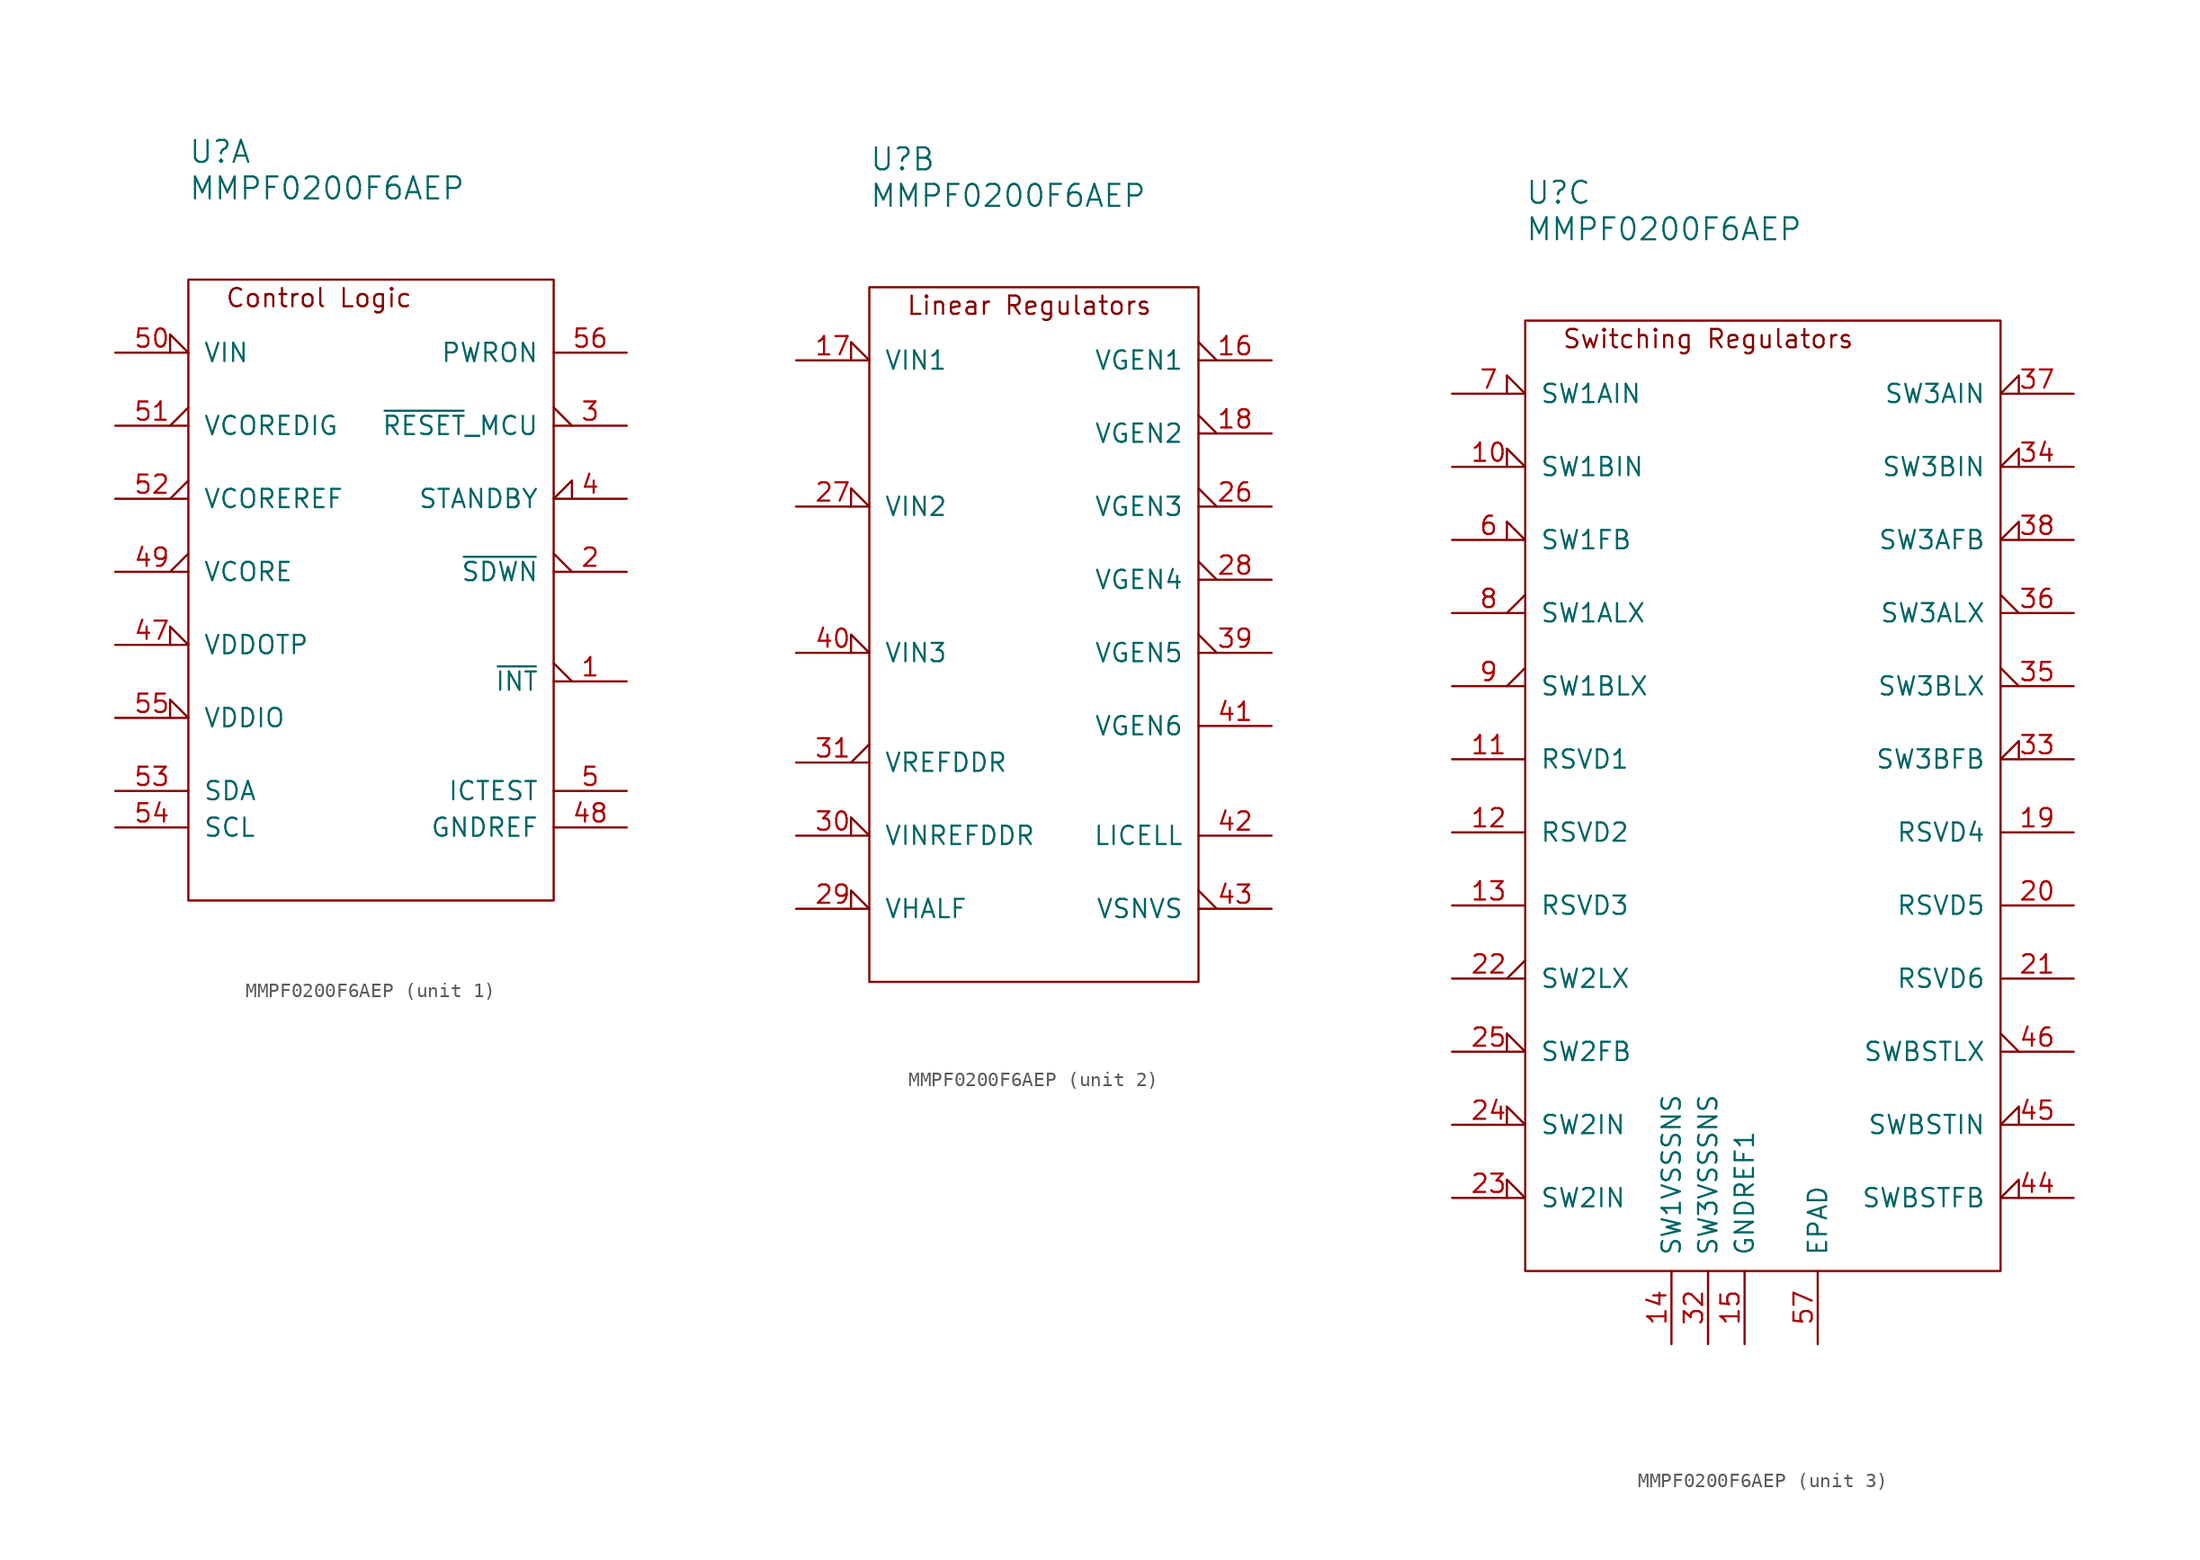
<source format=kicad_sym>
(kicad_symbol_lib
  (version 20211014)
  (generator kicad_symbol_editor)
  (symbol "MMPF0200F6AEP"
    (pin_names
      (offset 1.016))
    (property "Reference" "U"
      (at 0 8.89 0)
      (effects (font (size 1.524 1.524)) (justify left)))
    (property "Value" "MMPF0200F6AEP"
      (at 0 6.35 0)
      (effects (font (size 1.524 1.524)) (justify left)))
    (property "ki_locked" ""
      (at 0 0 0)
      (effects (font (size 1.27 1.27))))
    (symbol "MMPF0200F6AEP_1_0"
      (text "Control Logic" (at 2.54 -1.27 0) (effects (font (size 1.27 1.27)) (justify left))))
    (symbol "MMPF0200F6AEP_1_1"
      (rectangle (start 0 0) (end 25.4 -43.18) (stroke (width 0) (type default) (color 0 0 0 0)) (fill (type none)))
      (pin passive output_low (at 30.48 -27.94 180) (length 5.08) (name "~{INT}" (effects (font (size 1.27 1.27)))) (number "1" (effects (font (size 1.27 1.27)))))
      (pin passive output_low (at 30.48 -20.32 180) (length 5.08) (name "~{SDWN}" (effects (font (size 1.27 1.27)))) (number "2" (effects (font (size 1.27 1.27)))))
      (pin passive output_low (at 30.48 -10.16 180) (length 5.08) (name "~{RESET}_MCU" (effects (font (size 1.27 1.27)))) (number "3" (effects (font (size 1.27 1.27)))))
      (pin passive input_low (at 30.48 -15.24 180) (length 5.08) (name "STANDBY" (effects (font (size 1.27 1.27)))) (number "4" (effects (font (size 1.27 1.27)))))
      (pin passive input_low (at -5.08 -25.4 0) (length 5.08) (name "VDDOTP" (effects (font (size 1.27 1.27)))) (number "47" (effects (font (size 1.27 1.27)))))
      (pin passive line (at 30.48 -38.1 180) (length 5.08) (name "GNDREF" (effects (font (size 1.27 1.27)))) (number "48" (effects (font (size 1.27 1.27)))))
      (pin passive output_low (at -5.08 -20.32 0) (length 5.08) (name "VCORE" (effects (font (size 1.27 1.27)))) (number "49" (effects (font (size 1.27 1.27)))))
      (pin passive line (at 30.48 -35.56 180) (length 5.08) (name "ICTEST" (effects (font (size 1.27 1.27)))) (number "5" (effects (font (size 1.27 1.27)))))
      (pin passive input_low (at -5.08 -5.08 0) (length 5.08) (name "VIN" (effects (font (size 1.27 1.27)))) (number "50" (effects (font (size 1.27 1.27)))))
      (pin passive output_low (at -5.08 -10.16 0) (length 5.08) (name "VCOREDIG" (effects (font (size 1.27 1.27)))) (number "51" (effects (font (size 1.27 1.27)))))
      (pin passive output_low (at -5.08 -15.24 0) (length 5.08) (name "VCOREREF" (effects (font (size 1.27 1.27)))) (number "52" (effects (font (size 1.27 1.27)))))
      (pin passive line (at -5.08 -35.56 0) (length 5.08) (name "SDA" (effects (font (size 1.27 1.27)))) (number "53" (effects (font (size 1.27 1.27)))))
      (pin passive line (at -5.08 -38.1 0) (length 5.08) (name "SCL" (effects (font (size 1.27 1.27)))) (number "54" (effects (font (size 1.27 1.27)))))
      (pin passive input_low (at -5.08 -30.48 0) (length 5.08) (name "VDDIO" (effects (font (size 1.27 1.27)))) (number "55" (effects (font (size 1.27 1.27)))))
      (pin passive line (at 30.48 -5.08 180) (length 5.08) (name "PWRON" (effects (font (size 1.27 1.27)))) (number "56" (effects (font (size 1.27 1.27))))))
    (symbol "MMPF0200F6AEP_2_0"
      (text "Linear Regulators" (at 2.54 -1.27 0) (effects (font (size 1.27 1.27)) (justify left))))
    (symbol "MMPF0200F6AEP_2_1"
      (rectangle (start 0 0) (end 22.86 -48.26) (stroke (width 0) (type default) (color 0 0 0 0)) (fill (type none)))
      (pin passive output_low (at 27.94 -5.08 180) (length 5.08) (name "VGEN1" (effects (font (size 1.27 1.27)))) (number "16" (effects (font (size 1.27 1.27)))))
      (pin passive input_low (at -5.08 -5.08 0) (length 5.08) (name "VIN1" (effects (font (size 1.27 1.27)))) (number "17" (effects (font (size 1.27 1.27)))))
      (pin passive output_low (at 27.94 -10.16 180) (length 5.08) (name "VGEN2" (effects (font (size 1.27 1.27)))) (number "18" (effects (font (size 1.27 1.27)))))
      (pin passive output_low (at 27.94 -15.24 180) (length 5.08) (name "VGEN3" (effects (font (size 1.27 1.27)))) (number "26" (effects (font (size 1.27 1.27)))))
      (pin passive input_low (at -5.08 -15.24 0) (length 5.08) (name "VIN2" (effects (font (size 1.27 1.27)))) (number "27" (effects (font (size 1.27 1.27)))))
      (pin passive output_low (at 27.94 -20.32 180) (length 5.08) (name "VGEN4" (effects (font (size 1.27 1.27)))) (number "28" (effects (font (size 1.27 1.27)))))
      (pin passive input_low (at -5.08 -43.18 0) (length 5.08) (name "VHALF" (effects (font (size 1.27 1.27)))) (number "29" (effects (font (size 1.27 1.27)))))
      (pin passive input_low (at -5.08 -38.1 0) (length 5.08) (name "VINREFDDR" (effects (font (size 1.27 1.27)))) (number "30" (effects (font (size 1.27 1.27)))))
      (pin passive output_low (at -5.08 -33.02 0) (length 5.08) (name "VREFDDR" (effects (font (size 1.27 1.27)))) (number "31" (effects (font (size 1.27 1.27)))))
      (pin passive output_low (at 27.94 -25.4 180) (length 5.08) (name "VGEN5" (effects (font (size 1.27 1.27)))) (number "39" (effects (font (size 1.27 1.27)))))
      (pin passive input_low (at -5.08 -25.4 0) (length 5.08) (name "VIN3" (effects (font (size 1.27 1.27)))) (number "40" (effects (font (size 1.27 1.27)))))
      (pin passive line (at 27.94 -30.48 180) (length 5.08) (name "VGEN6" (effects (font (size 1.27 1.27)))) (number "41" (effects (font (size 1.27 1.27)))))
      (pin passive line (at 27.94 -38.1 180) (length 5.08) (name "LICELL" (effects (font (size 1.27 1.27)))) (number "42" (effects (font (size 1.27 1.27)))))
      (pin passive output_low (at 27.94 -43.18 180) (length 5.08) (name "VSNVS" (effects (font (size 1.27 1.27)))) (number "43" (effects (font (size 1.27 1.27))))))
    (symbol "MMPF0200F6AEP_3_0"
      (text "Switching Regulators" (at 2.54 -1.27 0) (effects (font (size 1.27 1.27)) (justify left))))
    (symbol "MMPF0200F6AEP_3_1"
      (rectangle (start 0 0) (end 33.02 -66.04) (stroke (width 0) (type default) (color 0 0 0 0)) (fill (type none)))
      (pin passive input_low (at -5.08 -10.16 0) (length 5.08) (name "SW1BIN" (effects (font (size 1.27 1.27)))) (number "10" (effects (font (size 1.27 1.27)))))
      (pin passive line (at -5.08 -30.48 0) (length 5.08) (name "RSVD1" (effects (font (size 1.27 1.27)))) (number "11" (effects (font (size 1.27 1.27)))))
      (pin passive line (at -5.08 -35.56 0) (length 5.08) (name "RSVD2" (effects (font (size 1.27 1.27)))) (number "12" (effects (font (size 1.27 1.27)))))
      (pin passive line (at -5.08 -40.64 0) (length 5.08) (name "RSVD3" (effects (font (size 1.27 1.27)))) (number "13" (effects (font (size 1.27 1.27)))))
      (pin passive line (at 10.16 -71.12 90) (length 5.08) (name "SW1VSSSNS" (effects (font (size 1.27 1.27)))) (number "14" (effects (font (size 1.27 1.27)))))
      (pin passive line (at 15.24 -71.12 90) (length 5.08) (name "GNDREF1" (effects (font (size 1.27 1.27)))) (number "15" (effects (font (size 1.27 1.27)))))
      (pin passive line (at 38.1 -35.56 180) (length 5.08) (name "RSVD4" (effects (font (size 1.27 1.27)))) (number "19" (effects (font (size 1.27 1.27)))))
      (pin passive line (at 38.1 -40.64 180) (length 5.08) (name "RSVD5" (effects (font (size 1.27 1.27)))) (number "20" (effects (font (size 1.27 1.27)))))
      (pin passive line (at 38.1 -45.72 180) (length 5.08) (name "RSVD6" (effects (font (size 1.27 1.27)))) (number "21" (effects (font (size 1.27 1.27)))))
      (pin passive output_low (at -5.08 -45.72 0) (length 5.08) (name "SW2LX" (effects (font (size 1.27 1.27)))) (number "22" (effects (font (size 1.27 1.27)))))
      (pin passive input_low (at -5.08 -60.96 0) (length 5.08) (name "SW2IN" (effects (font (size 1.27 1.27)))) (number "23" (effects (font (size 1.27 1.27)))))
      (pin passive input_low (at -5.08 -55.88 0) (length 5.08) (name "SW2IN" (effects (font (size 1.27 1.27)))) (number "24" (effects (font (size 1.27 1.27)))))
      (pin passive input_low (at -5.08 -50.8 0) (length 5.08) (name "SW2FB" (effects (font (size 1.27 1.27)))) (number "25" (effects (font (size 1.27 1.27)))))
      (pin passive line (at 12.7 -71.12 90) (length 5.08) (name "SW3VSSSNS" (effects (font (size 1.27 1.27)))) (number "32" (effects (font (size 1.27 1.27)))))
      (pin passive input_low (at 38.1 -30.48 180) (length 5.08) (name "SW3BFB" (effects (font (size 1.27 1.27)))) (number "33" (effects (font (size 1.27 1.27)))))
      (pin passive input_low (at 38.1 -10.16 180) (length 5.08) (name "SW3BIN" (effects (font (size 1.27 1.27)))) (number "34" (effects (font (size 1.27 1.27)))))
      (pin passive output_low (at 38.1 -25.4 180) (length 5.08) (name "SW3BLX" (effects (font (size 1.27 1.27)))) (number "35" (effects (font (size 1.27 1.27)))))
      (pin passive output_low (at 38.1 -20.32 180) (length 5.08) (name "SW3ALX" (effects (font (size 1.27 1.27)))) (number "36" (effects (font (size 1.27 1.27)))))
      (pin passive input_low (at 38.1 -5.08 180) (length 5.08) (name "SW3AIN" (effects (font (size 1.27 1.27)))) (number "37" (effects (font (size 1.27 1.27)))))
      (pin passive input_low (at 38.1 -15.24 180) (length 5.08) (name "SW3AFB" (effects (font (size 1.27 1.27)))) (number "38" (effects (font (size 1.27 1.27)))))
      (pin passive input_low (at 38.1 -60.96 180) (length 5.08) (name "SWBSTFB" (effects (font (size 1.27 1.27)))) (number "44" (effects (font (size 1.27 1.27)))))
      (pin passive input_low (at 38.1 -55.88 180) (length 5.08) (name "SWBSTIN" (effects (font (size 1.27 1.27)))) (number "45" (effects (font (size 1.27 1.27)))))
      (pin passive output_low (at 38.1 -50.8 180) (length 5.08) (name "SWBSTLX" (effects (font (size 1.27 1.27)))) (number "46" (effects (font (size 1.27 1.27)))))
      (pin passive line (at 20.32 -71.12 90) (length 5.08) (name "EPAD" (effects (font (size 1.27 1.27)))) (number "57" (effects (font (size 1.27 1.27)))))
      (pin passive input_low (at -5.08 -15.24 0) (length 5.08) (name "SW1FB" (effects (font (size 1.27 1.27)))) (number "6" (effects (font (size 1.27 1.27)))))
      (pin passive input_low (at -5.08 -5.08 0) (length 5.08) (name "SW1AIN" (effects (font (size 1.27 1.27)))) (number "7" (effects (font (size 1.27 1.27)))))
      (pin passive output_low (at -5.08 -20.32 0) (length 5.08) (name "SW1ALX" (effects (font (size 1.27 1.27)))) (number "8" (effects (font (size 1.27 1.27)))))
      (pin passive output_low (at -5.08 -25.4 0) (length 5.08) (name "SW1BLX" (effects (font (size 1.27 1.27)))) (number "9" (effects (font (size 1.27 1.27))))))))
</source>
